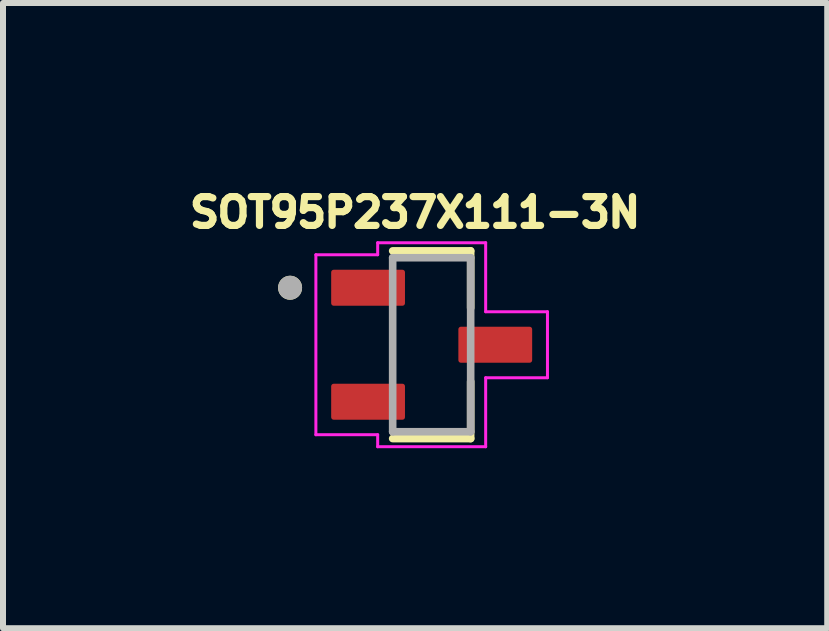
<source format=kicad_pcb>
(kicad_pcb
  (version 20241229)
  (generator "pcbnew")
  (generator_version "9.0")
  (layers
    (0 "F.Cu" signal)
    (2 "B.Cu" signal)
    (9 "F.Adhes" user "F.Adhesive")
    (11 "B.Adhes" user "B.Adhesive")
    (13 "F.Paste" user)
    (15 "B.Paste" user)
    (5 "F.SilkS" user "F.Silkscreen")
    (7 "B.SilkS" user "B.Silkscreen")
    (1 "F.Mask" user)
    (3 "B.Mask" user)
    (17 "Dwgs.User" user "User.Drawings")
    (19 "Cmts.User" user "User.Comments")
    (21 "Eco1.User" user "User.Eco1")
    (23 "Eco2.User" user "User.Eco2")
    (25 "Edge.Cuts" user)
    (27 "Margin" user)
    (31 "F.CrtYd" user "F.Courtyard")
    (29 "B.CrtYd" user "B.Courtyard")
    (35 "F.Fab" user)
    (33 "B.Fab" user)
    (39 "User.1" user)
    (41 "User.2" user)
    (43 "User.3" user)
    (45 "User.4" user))
  (footprint "SOT95P237X111-3N"
    (layer "F.Cu")
    (at 4.145 2.696)
    (property "Reference" "SOT95P237X111-3N" (at -0.276 -2.205 0) (layer "F.SilkS") (effects (font (size 0.48 0.48) (thickness 0.15))))
    (attr through_hole)
    (fp_line (start -0.65 -1.564) (end 0.65 -1.564) (stroke (width 0.127) (type solid)) (layer "F.SilkS"))
    (fp_line (start 0.65 -1.564) (end 0.65 -0.614) (stroke (width 0.127) (type solid)) (layer "F.SilkS"))
    (fp_line (start 0.65 1.564) (end -0.65 1.564) (stroke (width 0.127) (type solid)) (layer "F.SilkS"))
    (fp_line (start 0.65 1.564) (end 0.65 0.614) (stroke (width 0.127) (type solid)) (layer "F.SilkS"))
    (fp_circle (center -2.36 -0.95) (end -2.26 -0.95) (stroke (width 0.2) (type solid)) (fill no) (layer "F.SilkS"))
    (fp_line (start -1.93 -1.5) (end -0.9 -1.5) (stroke (width 0.05) (type solid)) (layer "F.CrtYd"))
    (fp_line (start -1.93 1.5) (end -1.93 -1.5) (stroke (width 0.05) (type solid)) (layer "F.CrtYd"))
    (fp_line (start -1.93 1.5) (end -0.9 1.5) (stroke (width 0.05) (type solid)) (layer "F.CrtYd"))
    (fp_line (start -0.9 -1.7) (end 0.9 -1.7) (stroke (width 0.05) (type solid)) (layer "F.CrtYd"))
    (fp_line (start -0.9 -1.5) (end -0.9 -1.7) (stroke (width 0.05) (type solid)) (layer "F.CrtYd"))
    (fp_line (start -0.9 1.7) (end -0.9 1.5) (stroke (width 0.05) (type solid)) (layer "F.CrtYd"))
    (fp_line (start 0.9 -1.7) (end 0.9 -0.55) (stroke (width 0.05) (type solid)) (layer "F.CrtYd"))
    (fp_line (start 0.9 -0.55) (end 1.93 -0.55) (stroke (width 0.05) (type solid)) (layer "F.CrtYd"))
    (fp_line (start 0.9 0.55) (end 0.9 1.7) (stroke (width 0.05) (type solid)) (layer "F.CrtYd"))
    (fp_line (start 0.9 0.55) (end 1.93 0.55) (stroke (width 0.05) (type solid)) (layer "F.CrtYd"))
    (fp_line (start 0.9 1.7) (end -0.9 1.7) (stroke (width 0.05) (type solid)) (layer "F.CrtYd"))
    (fp_line (start 1.93 -0.55) (end 1.93 0.55) (stroke (width 0.05) (type solid)) (layer "F.CrtYd"))
    (fp_line (start -0.65 -1.45) (end 0.65 -1.45) (stroke (width 0.127) (type solid)) (layer "F.Fab"))
    (fp_line (start -0.65 1.45) (end -0.65 -1.45) (stroke (width 0.127) (type solid)) (layer "F.Fab"))
    (fp_line (start 0.65 -1.45) (end 0.65 1.45) (stroke (width 0.127) (type solid)) (layer "F.Fab"))
    (fp_line (start 0.65 1.45) (end -0.65 1.45) (stroke (width 0.127) (type solid)) (layer "F.Fab"))
    (fp_circle (center -2.36 -0.95) (end -2.26 -0.95) (stroke (width 0.2) (type solid)) (fill no) (layer "F.Fab"))
    (pad "1" smd roundrect (at -1.06 -0.95) (size 1.23 0.6) (layers "F.Cu" "F.Mask" "F.Paste") (roundrect_rratio 0.07))
    (pad "2" smd roundrect (at -1.06 0.95) (size 1.23 0.6) (layers "F.Cu" "F.Mask" "F.Paste") (roundrect_rratio 0.07))
    (pad "3" smd roundrect (at 1.06 0) (size 1.23 0.6) (layers "F.Cu" "F.Mask" "F.Paste") (roundrect_rratio 0.07)))
  (gr_rect
    (start -3 -3)
    (end 10.738 7.421)
    (stroke (width 0.1) (type default))
    (fill no)
    (layer "Edge.Cuts")))
</source>
